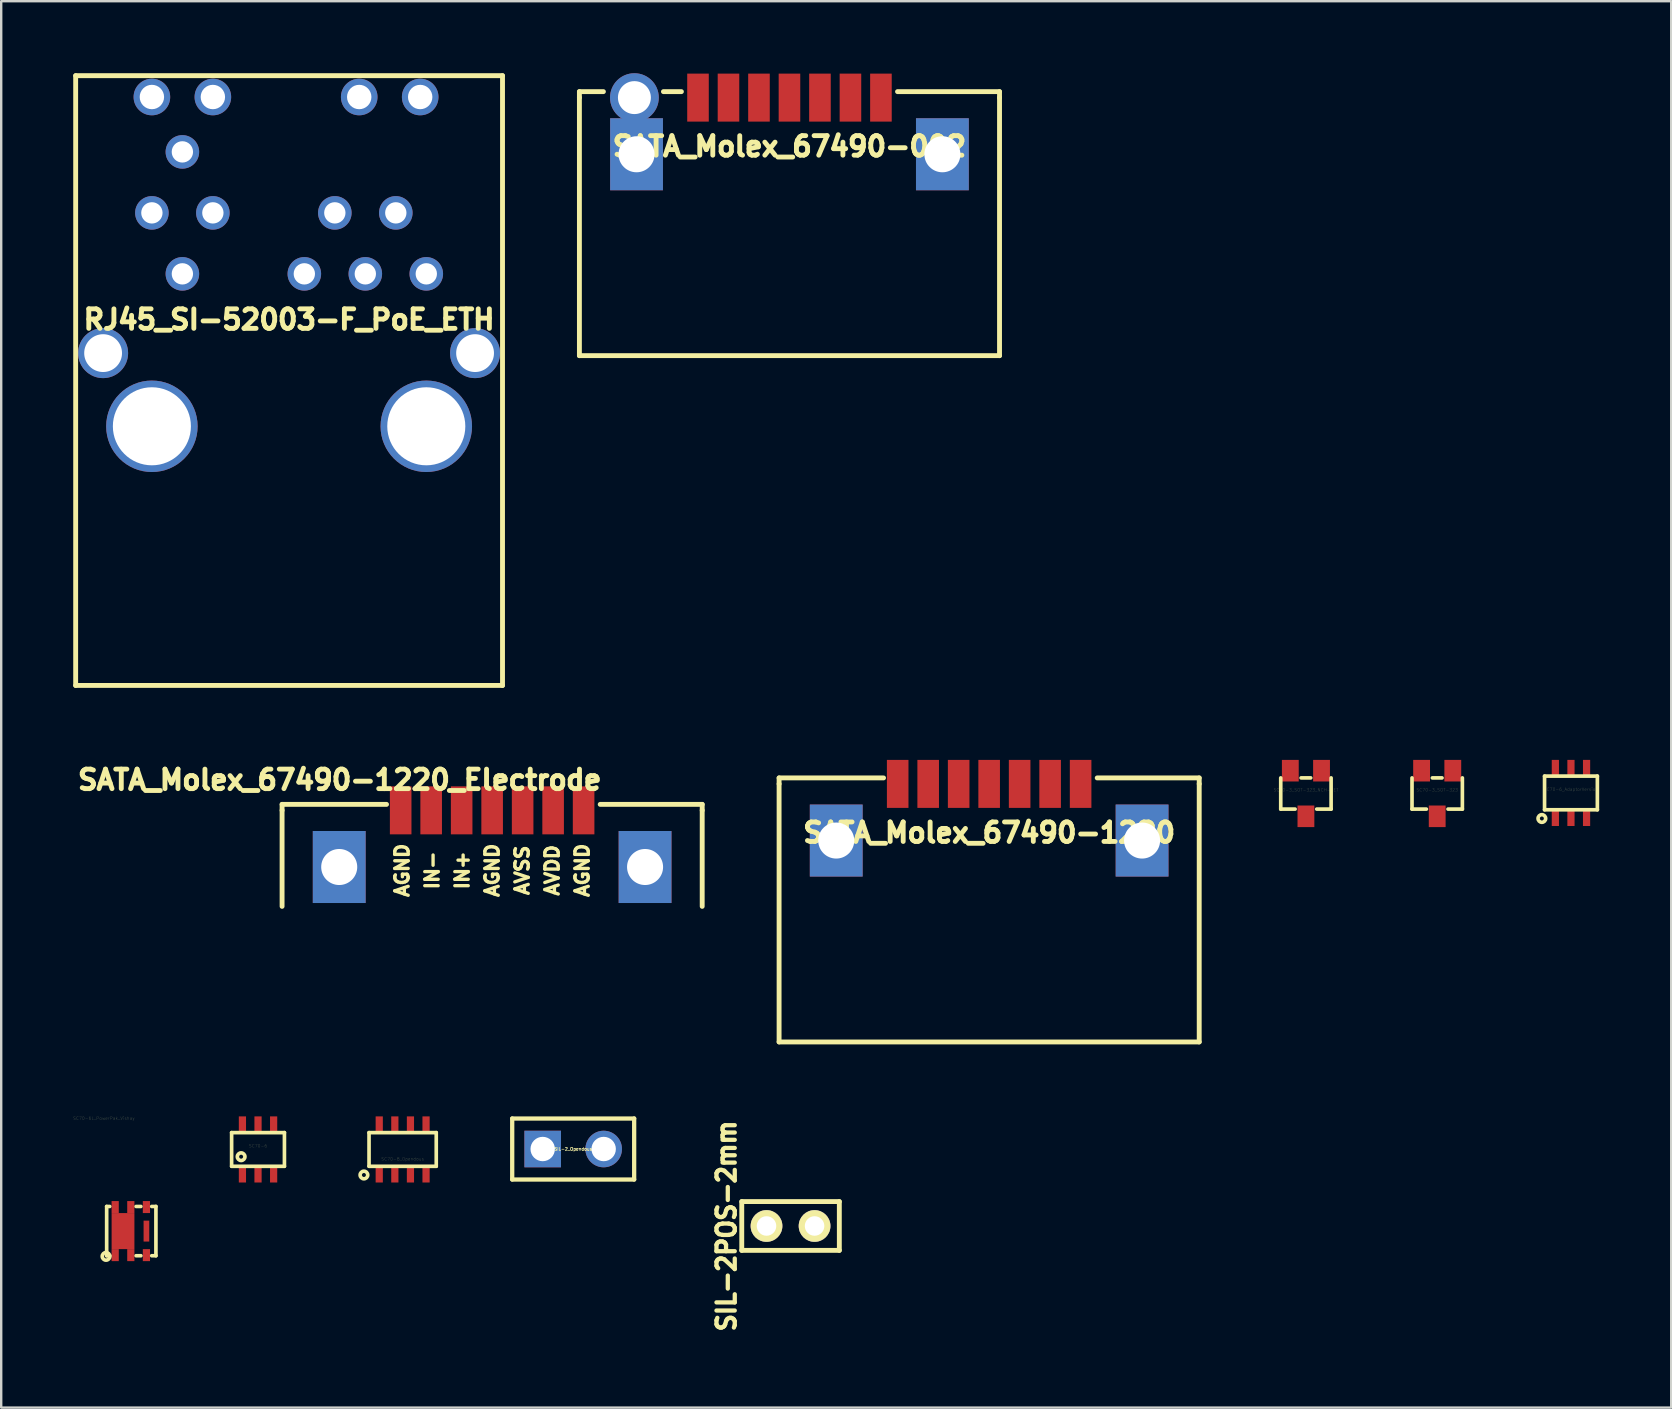
<source format=kicad_pcb>
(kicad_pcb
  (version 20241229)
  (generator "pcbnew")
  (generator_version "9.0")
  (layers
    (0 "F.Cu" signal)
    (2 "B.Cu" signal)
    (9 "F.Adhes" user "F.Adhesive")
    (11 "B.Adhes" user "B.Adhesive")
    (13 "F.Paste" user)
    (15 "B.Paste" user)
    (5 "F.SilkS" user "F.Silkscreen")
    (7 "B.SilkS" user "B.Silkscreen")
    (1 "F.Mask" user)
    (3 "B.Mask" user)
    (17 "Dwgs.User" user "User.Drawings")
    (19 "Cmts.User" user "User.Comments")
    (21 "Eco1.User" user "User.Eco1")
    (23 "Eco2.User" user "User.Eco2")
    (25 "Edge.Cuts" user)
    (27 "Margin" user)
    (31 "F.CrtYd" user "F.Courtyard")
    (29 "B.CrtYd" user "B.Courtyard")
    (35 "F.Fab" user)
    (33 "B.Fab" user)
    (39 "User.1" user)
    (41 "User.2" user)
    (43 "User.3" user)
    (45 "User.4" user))
  (footprint "RJ45_SI-52003-F_PoE_ETH"
    (layer "F.Cu")
    (at 8.992 14.707)
    (property "Reference" "RJ45_SI-52003-F_PoE_ETH" (at 0 -4.445 0) (layer "F.SilkS") (effects (font (size 0.813 0.813) (thickness 0.203))))
    (attr through_hole)
    (fp_line (start -8.89 10.795) (end -8.89 -14.605) (stroke (width 0.203) (type solid)) (layer "F.SilkS"))
    (fp_line (start 8.89 -14.605) (end -8.89 -14.605) (stroke (width 0.203) (type solid)) (layer "F.SilkS"))
    (fp_line (start 8.89 10.795) (end -8.89 10.795) (stroke (width 0.203) (type solid)) (layer "F.SilkS"))
    (fp_line (start 8.89 10.795) (end 8.89 -14.605) (stroke (width 0.203) (type solid)) (layer "F.SilkS"))
    (pad "1" thru_hole circle (at 5.715 -6.35) (size 1.397 1.397) (drill 0.889) (layers "*.Cu" "*.Mask"))
    (pad "2" thru_hole circle (at 4.445 -8.89) (size 1.397 1.397) (drill 0.889) (layers "*.Cu" "*.Mask"))
    (pad "3" thru_hole circle (at 3.175 -6.35) (size 1.397 1.397) (drill 0.889) (layers "*.Cu" "*.Mask"))
    (pad "4" thru_hole circle (at 1.905 -8.89) (size 1.397 1.397) (drill 0.889) (layers "*.Cu" "*.Mask"))
    (pad "5" thru_hole circle (at 0.635 -6.35) (size 1.397 1.397) (drill 0.889) (layers "*.Cu" "*.Mask"))
    (pad "8" thru_hole circle (at -3.175 -8.89) (size 1.397 1.397) (drill 0.889) (layers "*.Cu" "*.Mask"))
    (pad "9" thru_hole circle (at -4.445 -6.35) (size 1.397 1.397) (drill 0.889) (layers "*.Cu" "*.Mask"))
    (pad "10" thru_hole circle (at -5.715 -8.89) (size 1.397 1.397) (drill 0.889) (layers "*.Cu" "*.Mask"))
    (pad "11" thru_hole circle (at -4.445 -11.43) (size 1.397 1.397) (drill 0.889) (layers "*.Cu" "*.Mask"))
    (pad "12" thru_hole circle (at -5.715 -13.716) (size 1.524 1.524) (drill 1.016) (layers "*.Cu" "*.Mask"))
    (pad "13" thru_hole circle (at -3.175 -13.716) (size 1.524 1.524) (drill 1.016) (layers "*.Cu" "*.Mask"))
    (pad "14" thru_hole circle (at 2.921 -13.716) (size 1.524 1.524) (drill 1.016) (layers "*.Cu" "*.Mask"))
    (pad "15" thru_hole circle (at 5.461 -13.716) (size 1.524 1.524) (drill 1.016) (layers "*.Cu" "*.Mask"))
    (pad "16" thru_hole circle (at -7.747 -3.048) (size 2.083 2.083) (drill 1.575) (layers "*.Cu" "*.Mask"))
    (pad "16" thru_hole circle (at -5.715 0) (size 3.81 3.81) (drill 3.251) (layers "*.Cu" "*.Mask"))
    (pad "16" thru_hole circle (at 5.715 0) (size 3.81 3.81) (drill 3.251) (layers "*.Cu" "*.Mask"))
    (pad "16" thru_hole circle (at 7.747 -3.048) (size 2.083 2.083) (drill 1.575) (layers "*.Cu" "*.Mask")))
  (footprint "SATA_Molex_67490-1220_Electrode"
    (layer "F.Cu")
    (at 17.45 30.705)
    (property "Reference" "SATA_Molex_67490-1220_Electrode" (at -6.35 -1.27 0) (layer "F.SilkS") (effects (font (size 0.813 0.813) (thickness 0.203))))
    (attr through_hole)
    (fp_line (start -8.75 -0.249) (end -4.399 -0.249) (stroke (width 0.203) (type solid)) (layer "F.SilkS"))
    (fp_line (start -8.75 0) (end -8.75 -0.249) (stroke (width 0.203) (type solid)) (layer "F.SilkS"))
    (fp_line (start -8.75 0) (end -8.75 4) (stroke (width 0.203) (type solid)) (layer "F.SilkS"))
    (fp_line (start 8.75 -0.249) (end 4.501 -0.249) (stroke (width 0.203) (type solid)) (layer "F.SilkS"))
    (fp_line (start 8.75 0) (end 8.75 -0.249) (stroke (width 0.203) (type solid)) (layer "F.SilkS"))
    (fp_line (start 8.75 0) (end 8.75 4) (stroke (width 0.203) (type solid)) (layer "F.SilkS"))
    (fp_text user "AGND" (at -3.749 2.499 90) (layer "F.SilkS") (effects (font (size 0.559 0.559) (thickness 0.14))))
    (fp_text user "IN+" (at -1.247 2.499 90) (layer "F.SilkS") (effects (font (size 0.559 0.559) (thickness 0.14))))
    (fp_text user "AVDD" (at 2.502 2.499 90) (layer "F.SilkS") (effects (font (size 0.559 0.559) (thickness 0.14))))
    (fp_text user "AVSS" (at 1.252 2.499 90) (layer "F.SilkS") (effects (font (size 0.559 0.559) (thickness 0.14))))
    (fp_text user "AGND" (at 0.003 2.499 90) (layer "F.SilkS") (effects (font (size 0.559 0.559) (thickness 0.14))))
    (fp_text user "AGND" (at 3.754 2.499 90) (layer "F.SilkS") (effects (font (size 0.559 0.559) (thickness 0.14))))
    (fp_text user "IN-" (at -2.499 2.499 90) (layer "F.SilkS") (effects (font (size 0.559 0.559) (thickness 0.14))))
    (pad "1" smd rect (at 3.81 0) (size 0.899 1.999) (layers "F.Cu" "F.Mask" "F.Paste"))
    (pad "2" smd rect (at 2.54 0) (size 0.899 1.999) (layers "F.Cu" "F.Mask" "F.Paste"))
    (pad "3" smd rect (at 1.27 0) (size 0.899 1.999) (layers "F.Cu" "F.Mask" "F.Paste"))
    (pad "4" smd rect (at 0 0) (size 0.899 1.999) (layers "F.Cu" "F.Mask" "F.Paste"))
    (pad "5" smd rect (at -1.27 0) (size 0.899 1.999) (layers "F.Cu" "F.Mask" "F.Paste"))
    (pad "6" smd rect (at -2.54 0) (size 0.899 1.999) (layers "F.Cu" "F.Mask" "F.Paste"))
    (pad "7" smd rect (at -3.81 0) (size 0.899 1.999) (layers "F.Cu" "F.Mask" "F.Paste"))
    (pad "8" thru_hole rect (at -6.37 2.36) (size 2.2 3) (drill 1.501) (layers "*.Cu" "*.Mask"))
    (pad "8" thru_hole rect (at 6.37 2.36) (size 2.2 3) (drill 1.501) (layers "*.Cu" "*.Mask")))
  (footprint "SC70-6"
    (layer "F.Cu")
    (at 7.698 44.83)
    (property "Reference" "SC70-6" (at 0 -0.15 0) (layer "F.SilkS") (effects (font (size 0.127 0.127) (thickness 0.003))))
    (attr smd)
    (fp_line (start -1.1 -0.701) (end -1.1 0.701) (stroke (width 0.152) (type solid)) (layer "F.SilkS"))
    (fp_line (start -1.1 0.701) (end 1.1 0.701) (stroke (width 0.152) (type solid)) (layer "F.SilkS"))
    (fp_line (start 1.1 -0.701) (end -1.1 -0.701) (stroke (width 0.152) (type solid)) (layer "F.SilkS"))
    (fp_line (start 1.1 0.701) (end 1.1 -0.701) (stroke (width 0.152) (type solid)) (layer "F.SilkS"))
    (fp_circle (center -0.704 0.302) (end -0.828 0.401) (stroke (width 0.152) (type solid)) (fill no) (layer "F.SilkS"))
    (pad "1" smd rect (at -0.65 1.052) (size 0.3 0.65) (layers "F.Cu" "F.Mask" "F.Paste"))
    (pad "2" smd rect (at 0 1.052) (size 0.3 0.65) (layers "F.Cu" "F.Mask" "F.Paste"))
    (pad "3" smd rect (at 0.65 1.052) (size 0.3 0.65) (layers "F.Cu" "F.Mask" "F.Paste"))
    (pad "4" smd rect (at 0.65 -1.052) (size 0.3 0.65) (layers "F.Cu" "F.Mask" "F.Paste"))
    (pad "5" smd rect (at 0 -1.052) (size 0.3 0.65) (layers "F.Cu" "F.Mask" "F.Paste"))
    (pad "6" smd rect (at -0.65 -1.052) (size 0.3 0.65) (layers "F.Cu" "F.Mask" "F.Paste")))
  (footprint "SIL-2_Opendous"
    (layer "F.Cu")
    (at 20.826 44.812)
    (property "Reference" "SIL-2_Opendous" (at 0 0 0) (layer "F.SilkS") (effects (font (size 0.127 0.127) (thickness 0.025))))
    (attr through_hole)
    (fp_line (start -2.54 -1.27) (end -2.54 1.27) (stroke (width 0.178) (type solid)) (layer "F.SilkS"))
    (fp_line (start -2.54 1.27) (end 2.54 1.27) (stroke (width 0.178) (type solid)) (layer "F.SilkS"))
    (fp_line (start 2.54 -1.27) (end -2.54 -1.27) (stroke (width 0.178) (type solid)) (layer "F.SilkS"))
    (fp_line (start 2.54 1.27) (end 2.54 -1.27) (stroke (width 0.178) (type solid)) (layer "F.SilkS"))
    (pad "1" thru_hole rect (at -1.27 0) (size 1.524 1.524) (drill 1.016) (layers "*.Cu" "*.Mask"))
    (pad "2" thru_hole circle (at 1.27 0) (size 1.524 1.524) (drill 1.016) (layers "*.Cu" "*.Mask")))
  (footprint "SATA_Molex_67490-002"
    (layer "F.Cu")
    (at 29.835 1.016)
    (property "Reference" "SATA_Molex_67490-002" (at 0 2.032 0) (layer "F.SilkS") (effects (font (size 0.813 0.813) (thickness 0.203))))
    (attr through_hole)
    (fp_line (start -8.75 -0.249) (end -7.75 -0.249) (stroke (width 0.203) (type solid)) (layer "F.SilkS"))
    (fp_line (start -8.75 0) (end -8.75 -0.249) (stroke (width 0.203) (type solid)) (layer "F.SilkS"))
    (fp_line (start -8.75 0) (end -8.75 10.749) (stroke (width 0.203) (type solid)) (layer "F.SilkS"))
    (fp_line (start -8.75 10.749) (end 8.75 10.749) (stroke (width 0.203) (type solid)) (layer "F.SilkS"))
    (fp_line (start -5.25 -0.249) (end -4.501 -0.249) (stroke (width 0.203) (type solid)) (layer "F.SilkS"))
    (fp_line (start 8.75 -0.249) (end 4.501 -0.249) (stroke (width 0.203) (type solid)) (layer "F.SilkS"))
    (fp_line (start 8.75 0) (end 8.75 -0.249) (stroke (width 0.203) (type solid)) (layer "F.SilkS"))
    (fp_line (start 8.75 10.749) (end 8.75 0) (stroke (width 0.203) (type solid)) (layer "F.SilkS"))
    (pad "1" smd rect (at 3.81 0) (size 0.899 1.999) (layers "F.Cu" "F.Mask" "F.Paste"))
    (pad "2" smd rect (at 2.54 0) (size 0.899 1.999) (layers "F.Cu" "F.Mask" "F.Paste"))
    (pad "3" smd rect (at 1.27 0) (size 0.899 1.999) (layers "F.Cu" "F.Mask" "F.Paste"))
    (pad "4" smd rect (at 0 0) (size 0.899 1.999) (layers "F.Cu" "F.Mask" "F.Paste"))
    (pad "5" smd rect (at -1.27 0) (size 0.899 1.999) (layers "F.Cu" "F.Mask" "F.Paste"))
    (pad "6" smd rect (at -2.54 0) (size 0.899 1.999) (layers "F.Cu" "F.Mask" "F.Paste"))
    (pad "7" smd rect (at -3.81 0) (size 0.899 1.999) (layers "F.Cu" "F.Mask" "F.Paste"))
    (pad "8" thru_hole circle (at -6.459 0) (size 2.032 2.032) (drill 1.372) (layers "*.Cu" "*.Mask"))
    (pad "8" thru_hole rect (at -6.37 2.36) (size 2.2 3) (drill 1.501) (layers "*.Cu" "*.Mask"))
    (pad "8" thru_hole rect (at 6.37 2.36) (size 2.2 3) (drill 1.501) (layers "*.Cu" "*.Mask")))
  (footprint "SATA_Molex_67490-1220"
    (layer "F.Cu")
    (at 38.153 29.603)
    (property "Reference" "SATA_Molex_67490-1220" (at 0 2.032 0) (layer "F.SilkS") (effects (font (size 0.813 0.813) (thickness 0.203))))
    (attr through_hole)
    (fp_line (start -8.75 -0.249) (end -4.399 -0.249) (stroke (width 0.203) (type solid)) (layer "F.SilkS"))
    (fp_line (start -8.75 0) (end -8.75 -0.249) (stroke (width 0.203) (type solid)) (layer "F.SilkS"))
    (fp_line (start -8.75 0) (end -8.75 10.749) (stroke (width 0.203) (type solid)) (layer "F.SilkS"))
    (fp_line (start -8.75 10.749) (end 8.75 10.749) (stroke (width 0.203) (type solid)) (layer "F.SilkS"))
    (fp_line (start 8.75 -0.249) (end 4.501 -0.249) (stroke (width 0.203) (type solid)) (layer "F.SilkS"))
    (fp_line (start 8.75 0) (end 8.75 -0.249) (stroke (width 0.203) (type solid)) (layer "F.SilkS"))
    (fp_line (start 8.75 10.749) (end 8.75 0) (stroke (width 0.203) (type solid)) (layer "F.SilkS"))
    (pad "1" smd rect (at 3.81 0) (size 0.899 1.999) (layers "F.Cu" "F.Mask" "F.Paste"))
    (pad "2" smd rect (at 2.54 0) (size 0.899 1.999) (layers "F.Cu" "F.Mask" "F.Paste"))
    (pad "3" smd rect (at 1.27 0) (size 0.899 1.999) (layers "F.Cu" "F.Mask" "F.Paste"))
    (pad "4" smd rect (at 0 0) (size 0.899 1.999) (layers "F.Cu" "F.Mask" "F.Paste"))
    (pad "5" smd rect (at -1.27 0) (size 0.899 1.999) (layers "F.Cu" "F.Mask" "F.Paste"))
    (pad "6" smd rect (at -2.54 0) (size 0.899 1.999) (layers "F.Cu" "F.Mask" "F.Paste"))
    (pad "7" smd rect (at -3.81 0) (size 0.899 1.999) (layers "F.Cu" "F.Mask" "F.Paste"))
    (pad "8" thru_hole rect (at -6.37 2.36) (size 2.2 3) (drill 1.501) (layers "*.Cu" "*.Mask"))
    (pad "8" thru_hole rect (at 6.37 2.36) (size 2.2 3) (drill 1.501) (layers "*.Cu" "*.Mask")))
  (footprint "SIL-2POS-2mm"
    (layer "F.Cu")
    (at 29.88 48.018)
    (property "Reference" "SIL-2POS-2mm" (at -2.667 0 90) (layer "F.SilkS") (effects (font (size 0.762 0.711) (thickness 0.178))))
    (attr through_hole)
    (fp_line (start -2.032 -1.016) (end 2.032 -1.016) (stroke (width 0.203) (type solid)) (layer "F.SilkS"))
    (fp_line (start -2.032 1.016) (end -2.032 -1.016) (stroke (width 0.203) (type solid)) (layer "F.SilkS"))
    (fp_line (start 2.032 -1.016) (end 2.032 1.016) (stroke (width 0.203) (type solid)) (layer "F.SilkS"))
    (fp_line (start 2.032 1.016) (end -2.032 1.016) (stroke (width 0.203) (type solid)) (layer "F.SilkS"))
    (pad "1" thru_hole circle (at -1.001 0) (size 1.321 1.321) (drill 0.813) (layers "*.Cu" "*.Mask" "F.SilkS"))
    (pad "2" thru_hole circle (at 1.001 0) (size 1.321 1.321) (drill 0.813) (layers "*.Cu" "*.Mask" "F.SilkS")))
  (footprint "SC70-6L_PowerPak_Vishay"
    (layer "F.Cu")
    (at 2.419 48.231)
    (property "Reference" "SC70-6L_PowerPak_Vishay" (at -1.143 -4.699 0) (layer "F.SilkS") (effects (font (size 0.127 0.127) (thickness 0.003))))
    (attr smd)
    (fp_line (start -1.026 -1.026) (end -0.899 -1.026) (stroke (width 0.152) (type solid)) (layer "F.SilkS"))
    (fp_line (start -1.026 1.026) (end -1.026 -1.026) (stroke (width 0.152) (type solid)) (layer "F.SilkS"))
    (fp_line (start -1.026 1.026) (end -0.899 1.026) (stroke (width 0.152) (type solid)) (layer "F.SilkS"))
    (fp_line (start 0.399 -1.026) (end 0.201 -1.026) (stroke (width 0.152) (type solid)) (layer "F.SilkS"))
    (fp_line (start 0.399 1.026) (end 0.201 1.026) (stroke (width 0.152) (type solid)) (layer "F.SilkS"))
    (fp_line (start 1.026 -1.026) (end 0.851 -1.026) (stroke (width 0.152) (type solid)) (layer "F.SilkS"))
    (fp_line (start 1.026 -1.026) (end 1.026 1.026) (stroke (width 0.152) (type solid)) (layer "F.SilkS"))
    (fp_line (start 1.026 1.026) (end 0.851 1.026) (stroke (width 0.152) (type solid)) (layer "F.SilkS"))
    (fp_circle (center -1.052 1.052) (end -1.176 1.151) (stroke (width 0.152) (type solid)) (fill no) (layer "F.SilkS"))
    (pad "D" smd rect (at -0.671 -1.001) (size 0.3 0.5) (layers "F.Cu" "F.Mask" "F.Paste"))
    (pad "D" smd rect (at -0.671 1.001) (size 0.3 0.5) (layers "F.Cu" "F.Mask" "F.Paste"))
    (pad "D" smd rect (at -0.345 0) (size 0.95 1.501) (layers "F.Cu" "F.Mask"))
    (pad "D" smd rect (at -0.02 -1.001) (size 0.3 0.5) (layers "F.Cu" "F.Mask" "F.Paste"))
    (pad "D" smd rect (at -0.02 1.001) (size 0.3 0.5) (layers "F.Cu" "F.Mask" "F.Paste"))
    (pad "G" smd rect (at 0.63 1.001) (size 0.3 0.5) (layers "F.Cu" "F.Mask" "F.Paste"))
    (pad "S" smd rect (at 0.63 -1.001) (size 0.3 0.5) (layers "F.Cu" "F.Mask" "F.Paste"))
    (pad "S" smd rect (at 0.63 0) (size 0.236 0.871) (layers "F.Cu" "F.Mask" "F.Paste")))
  (footprint "SC70-8_Opendous"
    (layer "F.Cu")
    (at 13.722 44.83)
    (property "Reference" "SC70-8_Opendous" (at 0 0.399 0) (layer "F.SilkS") (effects (font (size 0.127 0.127) (thickness 0.003))))
    (attr smd)
    (fp_line (start -1.4 -0.701) (end -1.4 0.701) (stroke (width 0.152) (type solid)) (layer "F.SilkS"))
    (fp_line (start -1.4 0.701) (end 1.4 0.701) (stroke (width 0.152) (type solid)) (layer "F.SilkS"))
    (fp_line (start 1.4 -0.701) (end -1.4 -0.701) (stroke (width 0.152) (type solid)) (layer "F.SilkS"))
    (fp_line (start 1.4 -0.701) (end 1.4 0.701) (stroke (width 0.152) (type solid)) (layer "F.SilkS"))
    (fp_circle (center -1.613 1.064) (end -1.737 1.163) (stroke (width 0.152) (type solid)) (fill no) (layer "F.SilkS"))
    (pad "1" smd rect (at -0.975 1.052) (size 0.3 0.65) (layers "F.Cu" "F.Mask" "F.Paste"))
    (pad "2" smd rect (at -0.325 1.052) (size 0.3 0.65) (layers "F.Cu" "F.Mask" "F.Paste"))
    (pad "3" smd rect (at 0.325 1.052) (size 0.3 0.65) (layers "F.Cu" "F.Mask" "F.Paste"))
    (pad "4" smd rect (at 0.975 1.052) (size 0.3 0.65) (layers "F.Cu" "F.Mask" "F.Paste"))
    (pad "5" smd rect (at 0.975 -1.052) (size 0.3 0.65) (layers "F.Cu" "F.Mask" "F.Paste"))
    (pad "6" smd rect (at 0.325 -1.052) (size 0.3 0.65) (layers "F.Cu" "F.Mask" "F.Paste"))
    (pad "7" smd rect (at -0.325 -1.052) (size 0.3 0.65) (layers "F.Cu" "F.Mask" "F.Paste"))
    (pad "8" smd rect (at -0.975 -1.052) (size 0.3 0.65) (layers "F.Cu" "F.Mask" "F.Paste")))
  (footprint "SC70-3_SOT-323"
    (layer "F.Cu")
    (at 56.816 30.003)
    (property "Reference" "SC70-3_SOT-323" (at 0 -0.15 0) (layer "F.SilkS") (effects (font (size 0.127 0.127) (thickness 0.003))))
    (attr smd)
    (fp_line (start -1.049 0.65) (end -1.049 -0.65) (stroke (width 0.152) (type solid)) (layer "F.SilkS"))
    (fp_line (start -0.45 0.65) (end -1.049 0.65) (stroke (width 0.152) (type solid)) (layer "F.SilkS"))
    (fp_line (start -0.201 -0.65) (end 0.201 -0.65) (stroke (width 0.152) (type solid)) (layer "F.SilkS"))
    (fp_line (start 1.049 -0.65) (end 1.049 0.65) (stroke (width 0.152) (type solid)) (layer "F.SilkS"))
    (fp_line (start 1.049 0.65) (end 0.45 0.65) (stroke (width 0.152) (type solid)) (layer "F.SilkS"))
    (pad "1" smd rect (at 0.65 -0.95) (size 0.701 0.899) (layers "F.Cu" "F.Mask" "F.Paste"))
    (pad "2" smd rect (at -0.65 -0.95) (size 0.701 0.899) (layers "F.Cu" "F.Mask" "F.Paste"))
    (pad "3" smd rect (at 0 0.95) (size 0.701 0.899) (layers "F.Cu" "F.Mask" "F.Paste")))
  (footprint "SC70-6_AdaptorVersion"
    (layer "F.Cu")
    (at 62.388 29.98)
    (property "Reference" "SC70-6_AdaptorVersion" (at 0 -0.15 0) (layer "F.SilkS") (effects (font (size 0.127 0.127) (thickness 0.003))))
    (attr smd)
    (fp_line (start -1.1 -0.701) (end -1.1 0.701) (stroke (width 0.152) (type solid)) (layer "F.SilkS"))
    (fp_line (start -1.1 0.701) (end 1.1 0.701) (stroke (width 0.152) (type solid)) (layer "F.SilkS"))
    (fp_line (start 1.1 -0.701) (end -1.1 -0.701) (stroke (width 0.152) (type solid)) (layer "F.SilkS"))
    (fp_line (start 1.1 0.701) (end 1.1 -0.701) (stroke (width 0.152) (type solid)) (layer "F.SilkS"))
    (fp_circle (center -1.212 1.064) (end -1.336 1.163) (stroke (width 0.152) (type solid)) (fill no) (layer "F.SilkS"))
    (pad "1" smd rect (at -0.65 1.052) (size 0.3 0.65) (layers "F.Cu" "F.Mask" "F.Paste"))
    (pad "2" smd rect (at 0 1.052) (size 0.3 0.65) (layers "F.Cu" "F.Mask" "F.Paste"))
    (pad "3" smd rect (at 0.65 1.052) (size 0.3 0.65) (layers "F.Cu" "F.Mask" "F.Paste"))
    (pad "4" smd rect (at 0.65 -1.052) (size 0.3 0.65) (layers "F.Cu" "F.Mask" "F.Paste"))
    (pad "5" smd rect (at 0 -1.052) (size 0.3 0.65) (layers "F.Cu" "F.Mask" "F.Paste"))
    (pad "6" smd rect (at -0.65 -1.052) (size 0.3 0.65) (layers "F.Cu" "F.Mask" "F.Paste")))
  (footprint "SC70-3_SOT-323_NCH-FET"
    (layer "F.Cu")
    (at 51.348 30.003)
    (property "Reference" "SC70-3_SOT-323_NCH-FET" (at 0 -0.15 0) (layer "F.SilkS") (effects (font (size 0.127 0.127) (thickness 0.003))))
    (attr smd)
    (fp_line (start -1.049 0.65) (end -1.049 -0.65) (stroke (width 0.152) (type solid)) (layer "F.SilkS"))
    (fp_line (start -0.45 0.65) (end -1.049 0.65) (stroke (width 0.152) (type solid)) (layer "F.SilkS"))
    (fp_line (start -0.201 -0.65) (end 0.201 -0.65) (stroke (width 0.152) (type solid)) (layer "F.SilkS"))
    (fp_line (start 1.049 -0.65) (end 1.049 0.65) (stroke (width 0.152) (type solid)) (layer "F.SilkS"))
    (fp_line (start 1.049 0.65) (end 0.45 0.65) (stroke (width 0.152) (type solid)) (layer "F.SilkS"))
    (pad "D" smd rect (at 0 0.95) (size 0.701 0.899) (layers "F.Cu" "F.Mask" "F.Paste"))
    (pad "G" smd rect (at 0.65 -0.95) (size 0.701 0.899) (layers "F.Cu" "F.Mask" "F.Paste"))
    (pad "S" smd rect (at -0.65 -0.95) (size 0.701 0.899) (layers "F.Cu" "F.Mask" "F.Paste")))
  (gr_rect
    (start -3 -3)
    (end 66.564 55.582)
    (stroke (width 0.1) (type default))
    (fill no)
    (layer "Edge.Cuts")))
</source>
